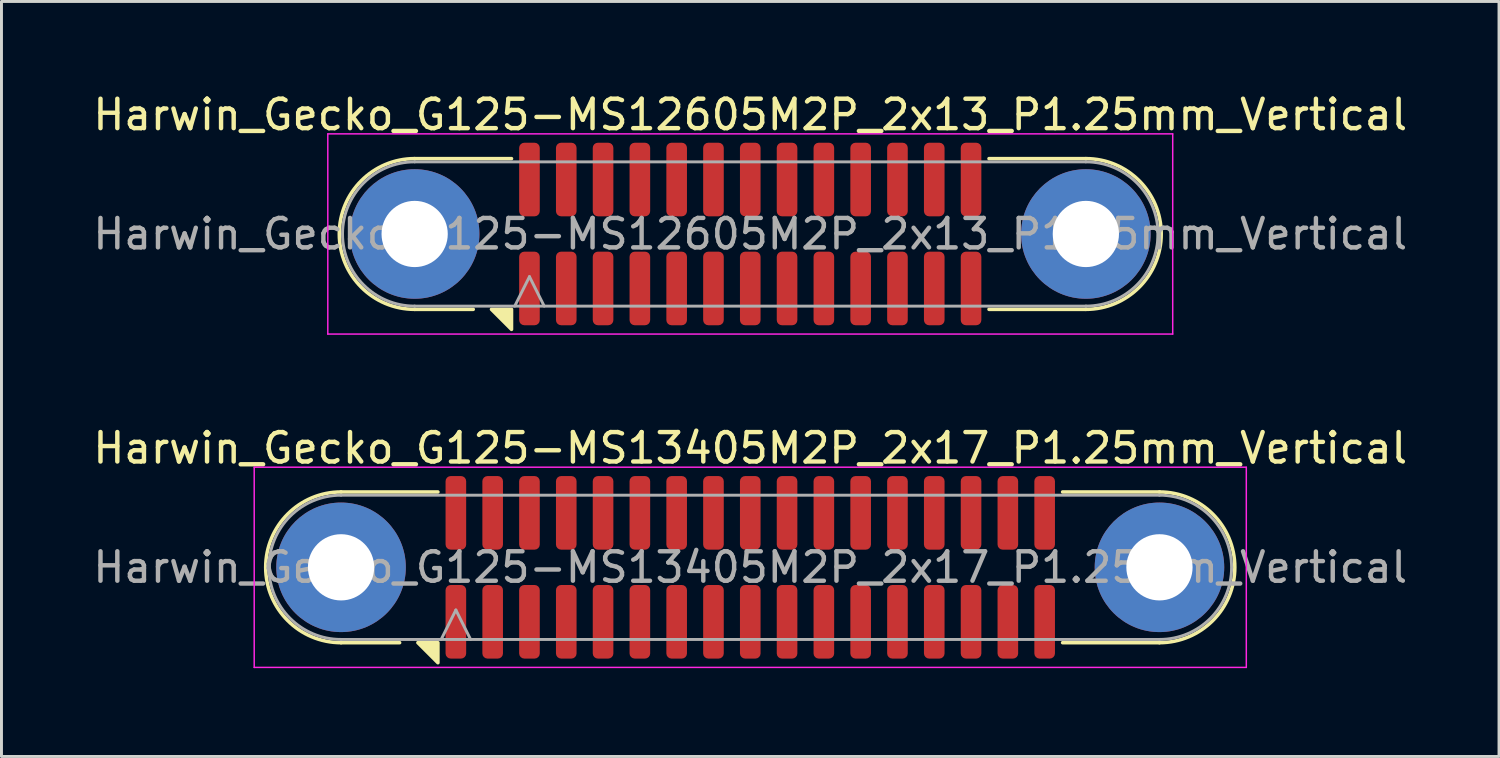
<source format=kicad_pcb>
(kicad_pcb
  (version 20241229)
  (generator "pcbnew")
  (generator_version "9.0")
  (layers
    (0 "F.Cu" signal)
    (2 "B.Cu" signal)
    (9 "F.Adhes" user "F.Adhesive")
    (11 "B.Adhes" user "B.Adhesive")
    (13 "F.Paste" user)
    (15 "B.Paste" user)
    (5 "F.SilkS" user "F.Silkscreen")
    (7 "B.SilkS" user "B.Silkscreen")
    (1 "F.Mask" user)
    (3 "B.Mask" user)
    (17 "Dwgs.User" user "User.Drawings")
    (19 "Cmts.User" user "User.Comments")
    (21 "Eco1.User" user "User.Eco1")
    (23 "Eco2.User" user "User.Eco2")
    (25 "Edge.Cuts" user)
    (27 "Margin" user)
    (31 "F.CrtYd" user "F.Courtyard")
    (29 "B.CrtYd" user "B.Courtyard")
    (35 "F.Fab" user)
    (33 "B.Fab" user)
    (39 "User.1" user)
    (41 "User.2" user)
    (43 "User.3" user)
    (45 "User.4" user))
  (footprint "Harwin_Gecko_G125-MS12605M2P_2x13_P1.25mm_Vertical"
    (layer "F.Cu")
    (at 22.435 4.898)
    (property "Reference" "Harwin_Gecko_G125-MS12605M2P_2x13_P1.25mm_Vertical" (at 0 -4.05 0) (layer "F.SilkS") (effects (font (size 1 1) (thickness 0.15))))
    (attr smd)
    (fp_line (start -9.41 2.56) (end -11.4 2.56) (stroke (width 0.12) (type solid)) (layer "F.SilkS"))
    (fp_line (start -8.11 -2.56) (end -11.4 -2.56) (stroke (width 0.12) (type solid)) (layer "F.SilkS"))
    (fp_line (start 8.11 -2.56) (end 11.4 -2.56) (stroke (width 0.12) (type solid)) (layer "F.SilkS"))
    (fp_line (start 8.11 2.56) (end 11.4 2.56) (stroke (width 0.12) (type solid)) (layer "F.SilkS"))
    (fp_arc (start -11.4 2.56) (mid -13.96 0) (end -11.4 -2.56) (stroke (width 0.12) (type solid)) (layer "F.SilkS"))
    (fp_arc (start 11.4 -2.56) (mid 13.96 0) (end 11.4 2.56) (stroke (width 0.12) (type solid)) (layer "F.SilkS"))
    (fp_poly (pts (xy -8.11 2.56) (xy -8.11 3.24) (xy -8.79 2.56)) (stroke (width 0.12) (type solid)) (fill yes) (layer "F.SilkS"))
    (fp_line (start -14.35 -3.4) (end -14.35 3.4) (stroke (width 0.05) (type solid)) (layer "F.CrtYd"))
    (fp_line (start -14.35 3.4) (end 14.35 3.4) (stroke (width 0.05) (type solid)) (layer "F.CrtYd"))
    (fp_line (start 14.35 -3.4) (end -14.35 -3.4) (stroke (width 0.05) (type solid)) (layer "F.CrtYd"))
    (fp_line (start 14.35 3.4) (end 14.35 -3.4) (stroke (width 0.05) (type solid)) (layer "F.CrtYd"))
    (fp_line (start -11.4 -2.45) (end 11.4 -2.45) (stroke (width 0.1) (type solid)) (layer "F.Fab"))
    (fp_line (start -8 2.45) (end -7.5 1.45) (stroke (width 0.1) (type solid)) (layer "F.Fab"))
    (fp_line (start -7.5 1.45) (end -7 2.45) (stroke (width 0.1) (type solid)) (layer "F.Fab"))
    (fp_line (start 11.4 2.45) (end -11.4 2.45) (stroke (width 0.1) (type solid)) (layer "F.Fab"))
    (fp_arc (start -11.4 2.45) (mid -13.85 0) (end -11.4 -2.45) (stroke (width 0.1) (type solid)) (layer "F.Fab"))
    (fp_arc (start 11.4 -2.45) (mid 13.85 0) (end 11.4 2.45) (stroke (width 0.1) (type solid)) (layer "F.Fab"))
    (fp_text user "${REFERENCE}" (at 0 0 0) (layer "F.Fab") (effects (font (size 1 1) (thickness 0.15))))
    (pad "1" smd roundrect (at -7.5 1.85) (size 0.7 2.5) (layers "F.Cu" "F.Mask" "F.Paste") (roundrect_rratio 0.25))
    (pad "2" smd roundrect (at -6.25 1.85) (size 0.7 2.5) (layers "F.Cu" "F.Mask" "F.Paste") (roundrect_rratio 0.25))
    (pad "3" smd roundrect (at -5 1.85) (size 0.7 2.5) (layers "F.Cu" "F.Mask" "F.Paste") (roundrect_rratio 0.25))
    (pad "4" smd roundrect (at -3.75 1.85) (size 0.7 2.5) (layers "F.Cu" "F.Mask" "F.Paste") (roundrect_rratio 0.25))
    (pad "5" smd roundrect (at -2.5 1.85) (size 0.7 2.5) (layers "F.Cu" "F.Mask" "F.Paste") (roundrect_rratio 0.25))
    (pad "6" smd roundrect (at -1.25 1.85) (size 0.7 2.5) (layers "F.Cu" "F.Mask" "F.Paste") (roundrect_rratio 0.25))
    (pad "7" smd roundrect (at 0 1.85) (size 0.7 2.5) (layers "F.Cu" "F.Mask" "F.Paste") (roundrect_rratio 0.25))
    (pad "8" smd roundrect (at 1.25 1.85) (size 0.7 2.5) (layers "F.Cu" "F.Mask" "F.Paste") (roundrect_rratio 0.25))
    (pad "9" smd roundrect (at 2.5 1.85) (size 0.7 2.5) (layers "F.Cu" "F.Mask" "F.Paste") (roundrect_rratio 0.25))
    (pad "10" smd roundrect (at 3.75 1.85) (size 0.7 2.5) (layers "F.Cu" "F.Mask" "F.Paste") (roundrect_rratio 0.25))
    (pad "11" smd roundrect (at 5 1.85) (size 0.7 2.5) (layers "F.Cu" "F.Mask" "F.Paste") (roundrect_rratio 0.25))
    (pad "12" smd roundrect (at 6.25 1.85) (size 0.7 2.5) (layers "F.Cu" "F.Mask" "F.Paste") (roundrect_rratio 0.25))
    (pad "13" smd roundrect (at 7.5 1.85) (size 0.7 2.5) (layers "F.Cu" "F.Mask" "F.Paste") (roundrect_rratio 0.25))
    (pad "14" smd roundrect (at -7.5 -1.85) (size 0.7 2.5) (layers "F.Cu" "F.Mask" "F.Paste") (roundrect_rratio 0.25))
    (pad "15" smd roundrect (at -6.25 -1.85) (size 0.7 2.5) (layers "F.Cu" "F.Mask" "F.Paste") (roundrect_rratio 0.25))
    (pad "16" smd roundrect (at -5 -1.85) (size 0.7 2.5) (layers "F.Cu" "F.Mask" "F.Paste") (roundrect_rratio 0.25))
    (pad "17" smd roundrect (at -3.75 -1.85) (size 0.7 2.5) (layers "F.Cu" "F.Mask" "F.Paste") (roundrect_rratio 0.25))
    (pad "18" smd roundrect (at -2.5 -1.85) (size 0.7 2.5) (layers "F.Cu" "F.Mask" "F.Paste") (roundrect_rratio 0.25))
    (pad "19" smd roundrect (at -1.25 -1.85) (size 0.7 2.5) (layers "F.Cu" "F.Mask" "F.Paste") (roundrect_rratio 0.25))
    (pad "20" smd roundrect (at 0 -1.85) (size 0.7 2.5) (layers "F.Cu" "F.Mask" "F.Paste") (roundrect_rratio 0.25))
    (pad "21" smd roundrect (at 1.25 -1.85) (size 0.7 2.5) (layers "F.Cu" "F.Mask" "F.Paste") (roundrect_rratio 0.25))
    (pad "22" smd roundrect (at 2.5 -1.85) (size 0.7 2.5) (layers "F.Cu" "F.Mask" "F.Paste") (roundrect_rratio 0.25))
    (pad "23" smd roundrect (at 3.75 -1.85) (size 0.7 2.5) (layers "F.Cu" "F.Mask" "F.Paste") (roundrect_rratio 0.25))
    (pad "24" smd roundrect (at 5 -1.85) (size 0.7 2.5) (layers "F.Cu" "F.Mask" "F.Paste") (roundrect_rratio 0.25))
    (pad "25" smd roundrect (at 6.25 -1.85) (size 0.7 2.5) (layers "F.Cu" "F.Mask" "F.Paste") (roundrect_rratio 0.25))
    (pad "26" smd roundrect (at 7.5 -1.85) (size 0.7 2.5) (layers "F.Cu" "F.Mask" "F.Paste") (roundrect_rratio 0.25))
    (pad "MP" thru_hole circle (at -11.4 0) (size 4.4 4.4) (drill 2.25) (layers "*.Cu" "*.Mask"))
    (pad "MP" thru_hole circle (at 11.4 0) (size 4.4 4.4) (drill 2.25) (layers "*.Cu" "*.Mask")))
  (footprint "Harwin_Gecko_G125-MS13405M2P_2x17_P1.25mm_Vertical"
    (layer "F.Cu")
    (at 22.435 16.221)
    (property "Reference" "Harwin_Gecko_G125-MS13405M2P_2x17_P1.25mm_Vertical" (at 0 -4.05 0) (layer "F.SilkS") (effects (font (size 1 1) (thickness 0.15))))
    (attr smd)
    (fp_line (start -11.91 2.56) (end -13.9 2.56) (stroke (width 0.12) (type solid)) (layer "F.SilkS"))
    (fp_line (start -10.61 -2.56) (end -13.9 -2.56) (stroke (width 0.12) (type solid)) (layer "F.SilkS"))
    (fp_line (start 10.61 -2.56) (end 13.9 -2.56) (stroke (width 0.12) (type solid)) (layer "F.SilkS"))
    (fp_line (start 10.61 2.56) (end 13.9 2.56) (stroke (width 0.12) (type solid)) (layer "F.SilkS"))
    (fp_arc (start -13.9 2.56) (mid -16.46 0) (end -13.9 -2.56) (stroke (width 0.12) (type solid)) (layer "F.SilkS"))
    (fp_arc (start 13.9 -2.56) (mid 16.46 0) (end 13.9 2.56) (stroke (width 0.12) (type solid)) (layer "F.SilkS"))
    (fp_poly (pts (xy -10.61 2.56) (xy -10.61 3.24) (xy -11.29 2.56)) (stroke (width 0.12) (type solid)) (fill yes) (layer "F.SilkS"))
    (fp_line (start -16.85 -3.4) (end -16.85 3.4) (stroke (width 0.05) (type solid)) (layer "F.CrtYd"))
    (fp_line (start -16.85 3.4) (end 16.85 3.4) (stroke (width 0.05) (type solid)) (layer "F.CrtYd"))
    (fp_line (start 16.85 -3.4) (end -16.85 -3.4) (stroke (width 0.05) (type solid)) (layer "F.CrtYd"))
    (fp_line (start 16.85 3.4) (end 16.85 -3.4) (stroke (width 0.05) (type solid)) (layer "F.CrtYd"))
    (fp_line (start -13.9 -2.45) (end 13.9 -2.45) (stroke (width 0.1) (type solid)) (layer "F.Fab"))
    (fp_line (start -10.5 2.45) (end -10 1.45) (stroke (width 0.1) (type solid)) (layer "F.Fab"))
    (fp_line (start -10 1.45) (end -9.5 2.45) (stroke (width 0.1) (type solid)) (layer "F.Fab"))
    (fp_line (start 13.9 2.45) (end -13.9 2.45) (stroke (width 0.1) (type solid)) (layer "F.Fab"))
    (fp_arc (start -13.9 2.45) (mid -16.35 0) (end -13.9 -2.45) (stroke (width 0.1) (type solid)) (layer "F.Fab"))
    (fp_arc (start 13.9 -2.45) (mid 16.35 0) (end 13.9 2.45) (stroke (width 0.1) (type solid)) (layer "F.Fab"))
    (fp_text user "${REFERENCE}" (at 0 0 0) (layer "F.Fab") (effects (font (size 1 1) (thickness 0.15))))
    (pad "1" smd roundrect (at -10 1.85) (size 0.7 2.5) (layers "F.Cu" "F.Mask" "F.Paste") (roundrect_rratio 0.25))
    (pad "2" smd roundrect (at -8.75 1.85) (size 0.7 2.5) (layers "F.Cu" "F.Mask" "F.Paste") (roundrect_rratio 0.25))
    (pad "3" smd roundrect (at -7.5 1.85) (size 0.7 2.5) (layers "F.Cu" "F.Mask" "F.Paste") (roundrect_rratio 0.25))
    (pad "4" smd roundrect (at -6.25 1.85) (size 0.7 2.5) (layers "F.Cu" "F.Mask" "F.Paste") (roundrect_rratio 0.25))
    (pad "5" smd roundrect (at -5 1.85) (size 0.7 2.5) (layers "F.Cu" "F.Mask" "F.Paste") (roundrect_rratio 0.25))
    (pad "6" smd roundrect (at -3.75 1.85) (size 0.7 2.5) (layers "F.Cu" "F.Mask" "F.Paste") (roundrect_rratio 0.25))
    (pad "7" smd roundrect (at -2.5 1.85) (size 0.7 2.5) (layers "F.Cu" "F.Mask" "F.Paste") (roundrect_rratio 0.25))
    (pad "8" smd roundrect (at -1.25 1.85) (size 0.7 2.5) (layers "F.Cu" "F.Mask" "F.Paste") (roundrect_rratio 0.25))
    (pad "9" smd roundrect (at 0 1.85) (size 0.7 2.5) (layers "F.Cu" "F.Mask" "F.Paste") (roundrect_rratio 0.25))
    (pad "10" smd roundrect (at 1.25 1.85) (size 0.7 2.5) (layers "F.Cu" "F.Mask" "F.Paste") (roundrect_rratio 0.25))
    (pad "11" smd roundrect (at 2.5 1.85) (size 0.7 2.5) (layers "F.Cu" "F.Mask" "F.Paste") (roundrect_rratio 0.25))
    (pad "12" smd roundrect (at 3.75 1.85) (size 0.7 2.5) (layers "F.Cu" "F.Mask" "F.Paste") (roundrect_rratio 0.25))
    (pad "13" smd roundrect (at 5 1.85) (size 0.7 2.5) (layers "F.Cu" "F.Mask" "F.Paste") (roundrect_rratio 0.25))
    (pad "14" smd roundrect (at 6.25 1.85) (size 0.7 2.5) (layers "F.Cu" "F.Mask" "F.Paste") (roundrect_rratio 0.25))
    (pad "15" smd roundrect (at 7.5 1.85) (size 0.7 2.5) (layers "F.Cu" "F.Mask" "F.Paste") (roundrect_rratio 0.25))
    (pad "16" smd roundrect (at 8.75 1.85) (size 0.7 2.5) (layers "F.Cu" "F.Mask" "F.Paste") (roundrect_rratio 0.25))
    (pad "17" smd roundrect (at 10 1.85) (size 0.7 2.5) (layers "F.Cu" "F.Mask" "F.Paste") (roundrect_rratio 0.25))
    (pad "18" smd roundrect (at -10 -1.85) (size 0.7 2.5) (layers "F.Cu" "F.Mask" "F.Paste") (roundrect_rratio 0.25))
    (pad "19" smd roundrect (at -8.75 -1.85) (size 0.7 2.5) (layers "F.Cu" "F.Mask" "F.Paste") (roundrect_rratio 0.25))
    (pad "20" smd roundrect (at -7.5 -1.85) (size 0.7 2.5) (layers "F.Cu" "F.Mask" "F.Paste") (roundrect_rratio 0.25))
    (pad "21" smd roundrect (at -6.25 -1.85) (size 0.7 2.5) (layers "F.Cu" "F.Mask" "F.Paste") (roundrect_rratio 0.25))
    (pad "22" smd roundrect (at -5 -1.85) (size 0.7 2.5) (layers "F.Cu" "F.Mask" "F.Paste") (roundrect_rratio 0.25))
    (pad "23" smd roundrect (at -3.75 -1.85) (size 0.7 2.5) (layers "F.Cu" "F.Mask" "F.Paste") (roundrect_rratio 0.25))
    (pad "24" smd roundrect (at -2.5 -1.85) (size 0.7 2.5) (layers "F.Cu" "F.Mask" "F.Paste") (roundrect_rratio 0.25))
    (pad "25" smd roundrect (at -1.25 -1.85) (size 0.7 2.5) (layers "F.Cu" "F.Mask" "F.Paste") (roundrect_rratio 0.25))
    (pad "26" smd roundrect (at 0 -1.85) (size 0.7 2.5) (layers "F.Cu" "F.Mask" "F.Paste") (roundrect_rratio 0.25))
    (pad "27" smd roundrect (at 1.25 -1.85) (size 0.7 2.5) (layers "F.Cu" "F.Mask" "F.Paste") (roundrect_rratio 0.25))
    (pad "28" smd roundrect (at 2.5 -1.85) (size 0.7 2.5) (layers "F.Cu" "F.Mask" "F.Paste") (roundrect_rratio 0.25))
    (pad "29" smd roundrect (at 3.75 -1.85) (size 0.7 2.5) (layers "F.Cu" "F.Mask" "F.Paste") (roundrect_rratio 0.25))
    (pad "30" smd roundrect (at 5 -1.85) (size 0.7 2.5) (layers "F.Cu" "F.Mask" "F.Paste") (roundrect_rratio 0.25))
    (pad "31" smd roundrect (at 6.25 -1.85) (size 0.7 2.5) (layers "F.Cu" "F.Mask" "F.Paste") (roundrect_rratio 0.25))
    (pad "32" smd roundrect (at 7.5 -1.85) (size 0.7 2.5) (layers "F.Cu" "F.Mask" "F.Paste") (roundrect_rratio 0.25))
    (pad "33" smd roundrect (at 8.75 -1.85) (size 0.7 2.5) (layers "F.Cu" "F.Mask" "F.Paste") (roundrect_rratio 0.25))
    (pad "34" smd roundrect (at 10 -1.85) (size 0.7 2.5) (layers "F.Cu" "F.Mask" "F.Paste") (roundrect_rratio 0.25))
    (pad "MP" thru_hole circle (at -13.9 0) (size 4.4 4.4) (drill 2.25) (layers "*.Cu" "*.Mask"))
    (pad "MP" thru_hole circle (at 13.9 0) (size 4.4 4.4) (drill 2.25) (layers "*.Cu" "*.Mask")))
  (gr_rect
    (start -3 -3)
    (end 47.869 22.646)
    (stroke (width 0.1) (type default))
    (fill no)
    (layer "Edge.Cuts")))
</source>
